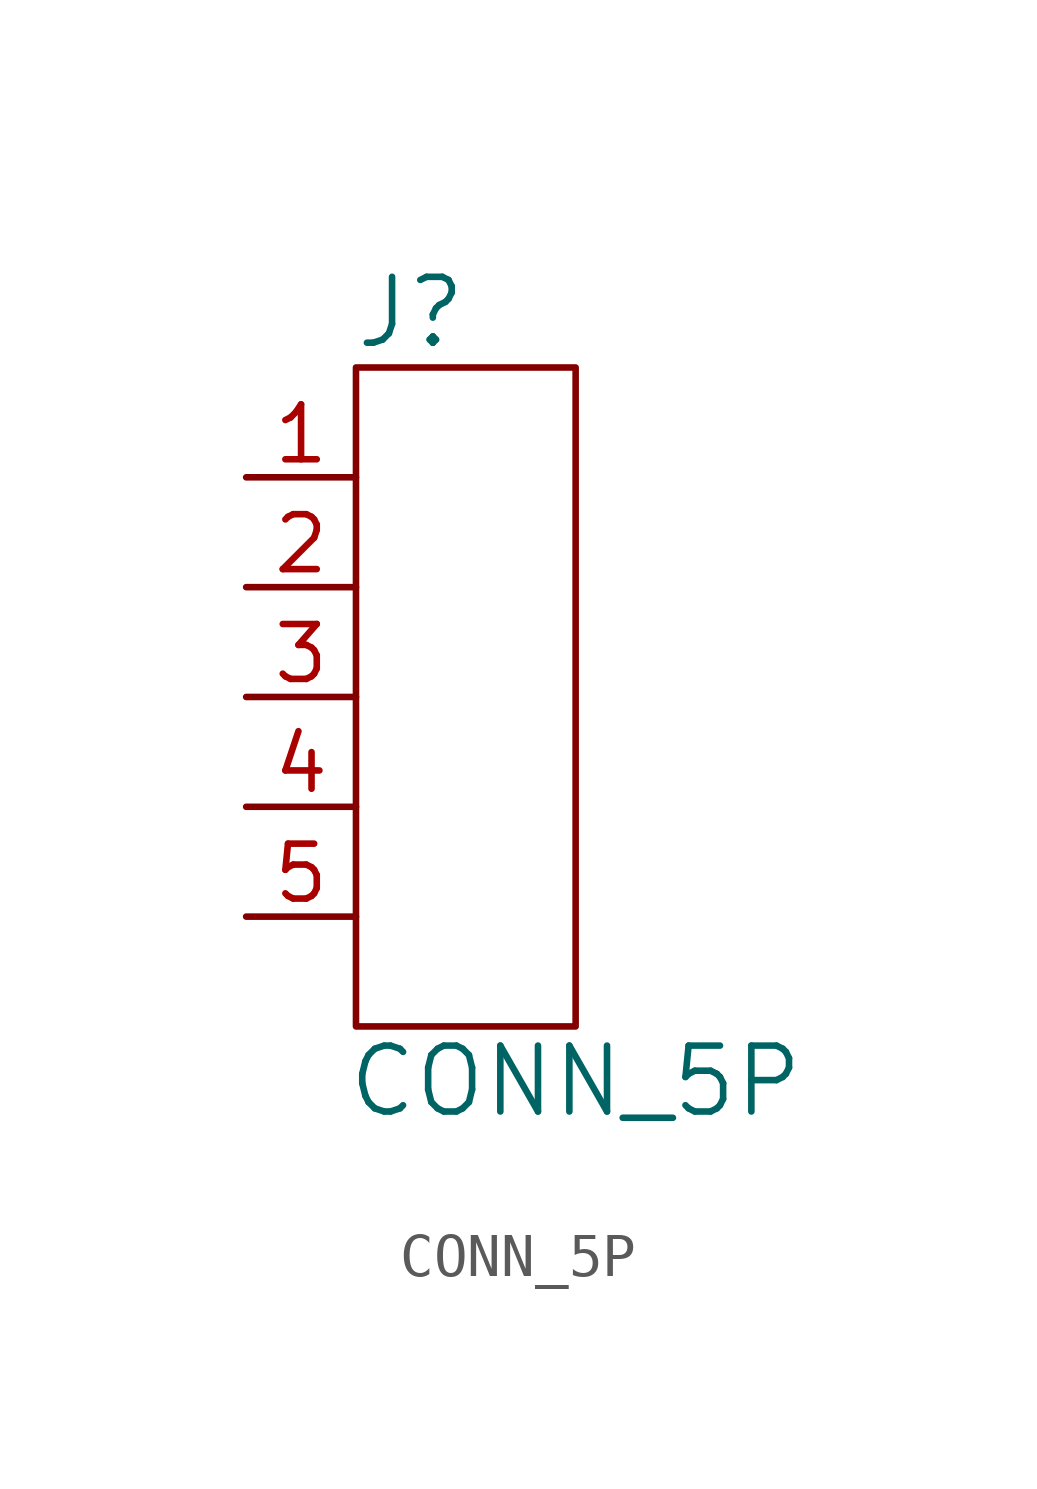
<source format=kicad_sym>
(kicad_symbol_lib
  (version 20211014)
  (generator kicad_symbol_editor)
  (symbol "CONN_5P"
    (pin_names
      (offset 1.016) hide)
    (property "Reference" "J"
      (at -1.27 8.89 0)
      (effects (font (size 1.524 1.524))))
    (property "Value" "CONN_5P"
      (at 2.54 -8.89 0)
      (effects (font (size 1.524 1.524))))
    (property "Footprint" ""
      (at 0 0 0)
      (effects (font (size 1.524 1.524))))
    (property "Datasheet" ""
      (at 0 0 0)
      (effects (font (size 1.524 1.524))))
    (symbol "CONN_5P_0_1"
      (rectangle (start -2.54 7.62) (end 2.54 -7.62) (stroke (width 0) (type default) (color 0 0 0 0)) (fill (type none))))
    (symbol "CONN_5P_1_1"
      (pin passive line (at -5.08 5.08 0) (length 2.54) (name "1" (effects (font (size 1.27 1.27)))) (number "1" (effects (font (size 1.27 1.27)))))
      (pin passive line (at -5.08 2.54 0) (length 2.54) (name "2" (effects (font (size 1.27 1.27)))) (number "2" (effects (font (size 1.27 1.27)))))
      (pin passive line (at -5.08 0 0) (length 2.54) (name "3" (effects (font (size 1.27 1.27)))) (number "3" (effects (font (size 1.27 1.27)))))
      (pin passive line (at -5.08 -2.54 0) (length 2.54) (name "4" (effects (font (size 1.27 1.27)))) (number "4" (effects (font (size 1.27 1.27)))))
      (pin passive line (at -5.08 -5.08 0) (length 2.54) (name "5" (effects (font (size 1.27 1.27)))) (number "5" (effects (font (size 1.27 1.27))))))))
</source>
